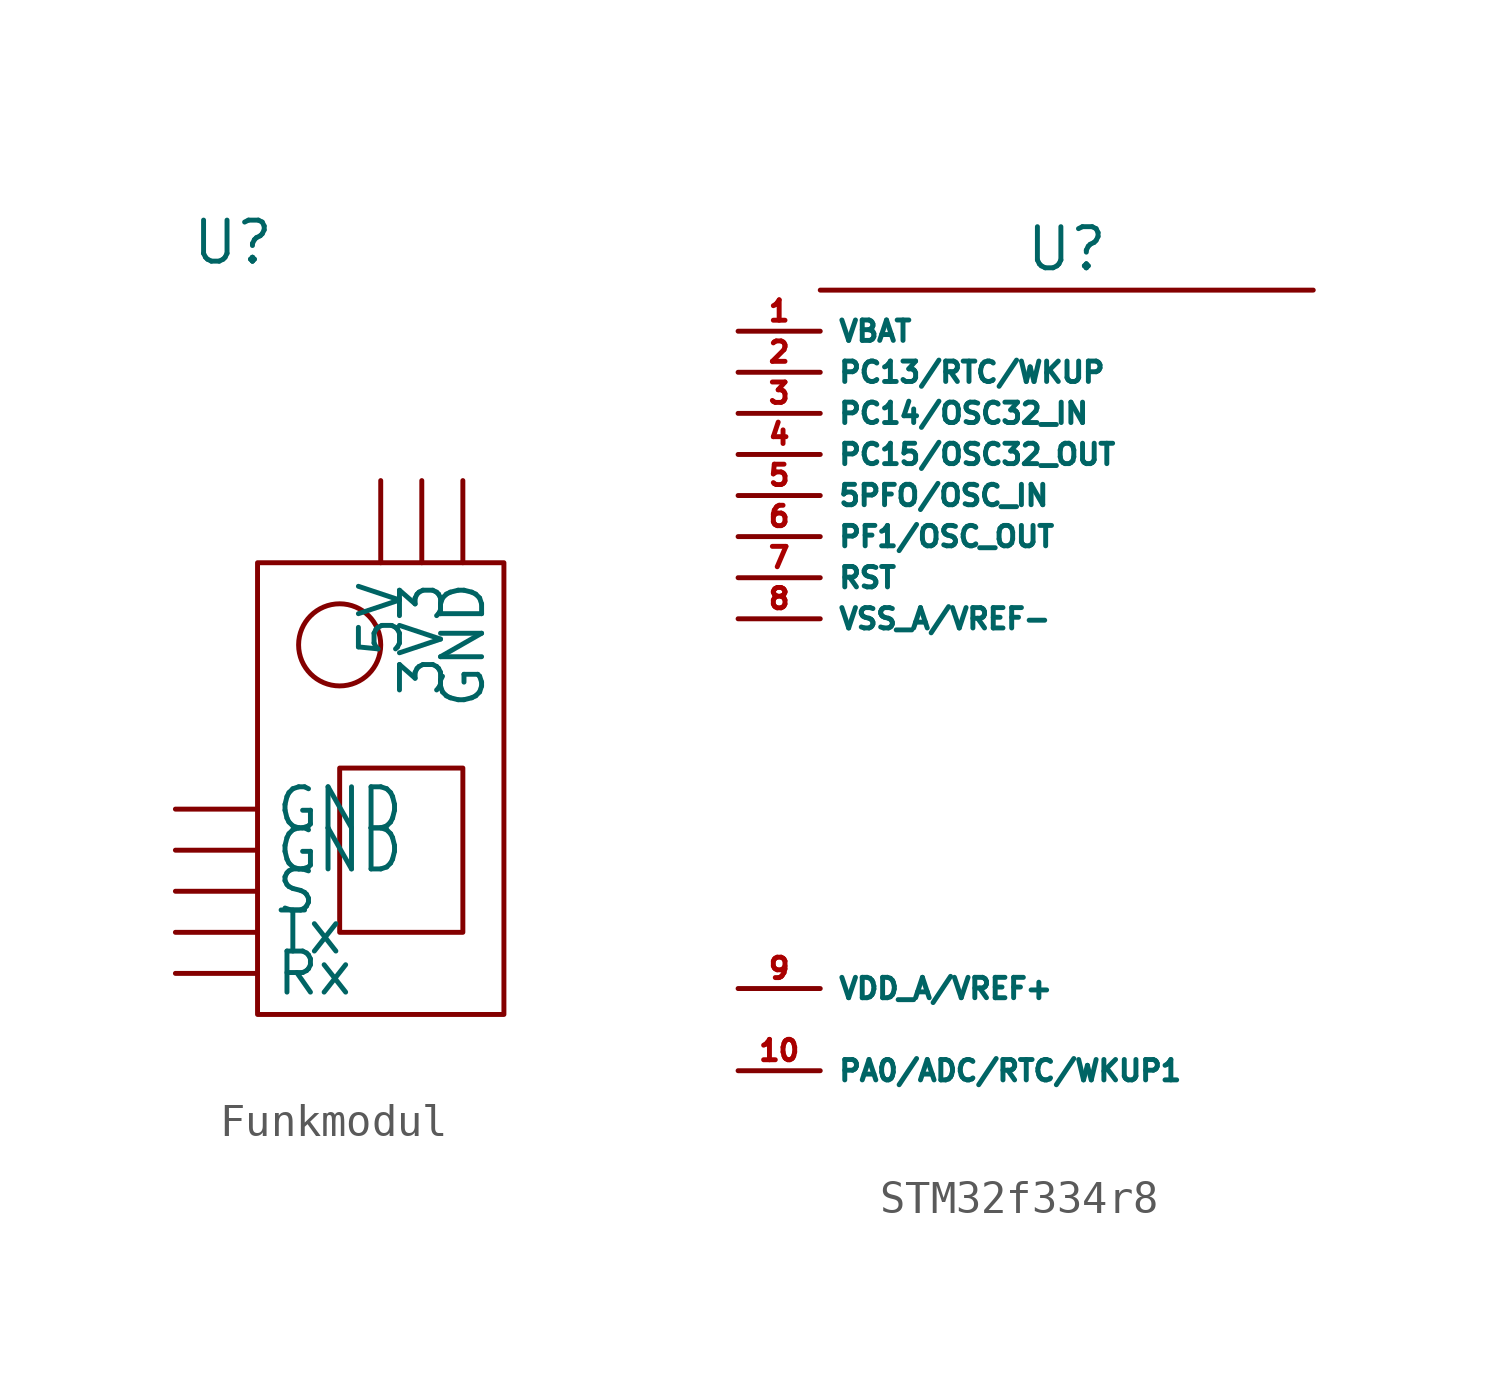
<source format=kicad_sym>
(kicad_symbol_lib
  (version 20231120)
  (generator "kicad_symbol_editor")
  (generator_version "8.0")
  (symbol "Funkmodul"
    (property "Reference" "U"
      (at -4.572 14.986 0)
      (effects (font (size 1.27 1.27))))
    (property "Value" ""
      (at 0 0 0)
      (effects (font (size 1.27 1.27))))
    (symbol "Funkmodul_0_1"
      (rectangle (start -3.81 5.08) (end 3.81 -8.89) (stroke (width 0) (type default)) (fill (type none)))
      (circle (center -1.27 2.54) (radius 1.27) (stroke (width 0) (type default)) (fill (type none)))
      (rectangle (start 2.54 -6.35) (end -1.27 -1.27) (stroke (width 0) (type default)) (fill (type none))))
    (symbol "Funkmodul_1_1"
      (pin input line (at 1.27 7.62 270) (length 2.54) (name "3V3" (effects (font (size 1.27 1.27)))) (number "" (effects (font (size 1.27 1.27)))))
      (pin input line (at 0 7.62 270) (length 2.54) (name "5V" (effects (font (size 1.27 1.27)))) (number "" (effects (font (size 1.27 1.27)))))
      (pin bidirectional line (at -6.35 -3.81 0) (length 2.54) (name "GND" (effects (font (size 1.27 1.27)))) (number "" (effects (font (size 1.27 1.27)))))
      (pin bidirectional line (at -6.35 -2.54 0) (length 2.54) (name "GND" (effects (font (size 1.27 1.27)))) (number "" (effects (font (size 1.27 1.27)))))
      (pin bidirectional line (at 2.54 7.62 270) (length 2.54) (name "GND" (effects (font (size 1.27 1.27)))) (number "" (effects (font (size 1.27 1.27)))))
      (pin output line (at -6.35 -7.62 0) (length 2.54) (name "Rx" (effects (font (size 1.27 1.27)))) (number "" (effects (font (size 1.27 1.27)))))
      (pin unspecified line (at -6.35 -5.08 0) (length 2.54) (name "S" (effects (font (size 1.27 1.27)))) (number "" (effects (font (size 1.27 1.27)))))
      (pin input line (at -6.35 -6.35 0) (length 2.54) (name "Tx" (effects (font (size 1.27 1.27)))) (number "" (effects (font (size 1.27 1.27)))))))
  (symbol "STM32f334r8"
    (property "Reference" "U"
      (at 0 0 0)
      (effects (font (size 1.27 1.27))))
    (property "Value" ""
      (at 0 0 0)
      (effects (font (size 1.27 1.27))))
    (symbol "STM32f334r8_0_1"
      (rectangle (start -7.62 -1.27) (end 7.62 -1.27) (stroke (width 0) (type default)) (fill (type none))))
    (symbol "STM32f334r8_1_1"
      (pin power_in line (at -10.16 -2.54 0) (length 2.54) (name "VBAT" (effects (font (size 0.63 0.63)))) (number "1" (effects (font (size 0.63 0.63)))))
      (pin bidirectional line (at -10.16 -25.4 0) (length 2.54) (name "PA0/ADC/RTC/WKUP1" (effects (font (size 0.63 0.63)))) (number "10" (effects (font (size 0.63 0.63)))))
      (pin bidirectional line (at -10.16 -3.81 0) (length 2.54) (name "PC13/RTC/WKUP" (effects (font (size 0.63 0.63)))) (number "2" (effects (font (size 0.63 0.63)))))
      (pin bidirectional line (at -10.16 -5.08 0) (length 2.54) (name "PC14/OSC32_IN" (effects (font (size 0.63 0.63)))) (number "3" (effects (font (size 0.63 0.63)))))
      (pin bidirectional line (at -10.16 -6.35 0) (length 2.54) (name "PC15/OSC32_OUT" (effects (font (size 0.63 0.63)))) (number "4" (effects (font (size 0.63 0.63)))))
      (pin bidirectional line (at -10.16 -7.62 0) (length 2.54) (name "5PFO/OSC_IN" (effects (font (size 0.63 0.63)))) (number "5" (effects (font (size 0.63 0.63)))))
      (pin bidirectional line (at -10.16 -8.89 0) (length 2.54) (name "PF1/OSC_OUT" (effects (font (size 0.63 0.63)))) (number "6" (effects (font (size 0.63 0.63)))))
      (pin input line (at -10.16 -10.16 0) (length 2.54) (name "RST" (effects (font (size 0.63 0.63)))) (number "7" (effects (font (size 0.63 0.63)))))
      (pin power_in line (at -10.16 -11.43 0) (length 2.54) (name "VSS_A/VREF-" (effects (font (size 0.63 0.63)))) (number "8" (effects (font (size 0.63 0.63)))))
      (pin power_in line (at -10.16 -22.86 0) (length 2.54) (name "VDD_A/VREF+" (effects (font (size 0.63 0.63)))) (number "9" (effects (font (size 0.63 0.63))))))))
</source>
